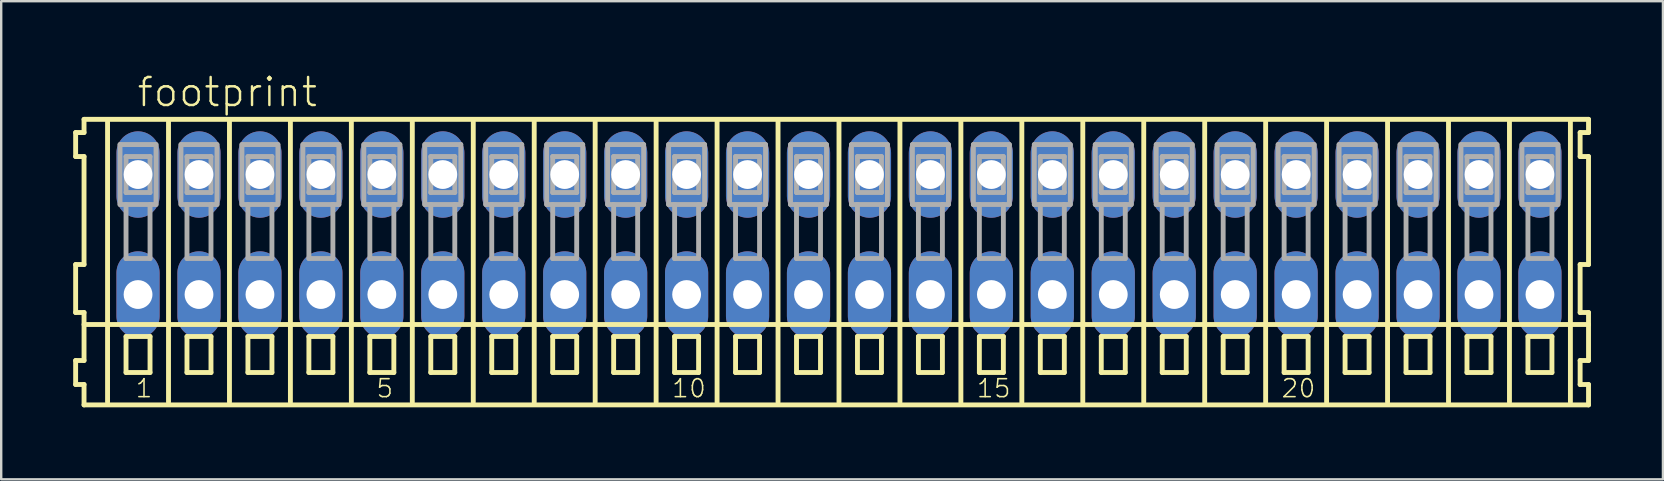
<source format=kicad_pcb>
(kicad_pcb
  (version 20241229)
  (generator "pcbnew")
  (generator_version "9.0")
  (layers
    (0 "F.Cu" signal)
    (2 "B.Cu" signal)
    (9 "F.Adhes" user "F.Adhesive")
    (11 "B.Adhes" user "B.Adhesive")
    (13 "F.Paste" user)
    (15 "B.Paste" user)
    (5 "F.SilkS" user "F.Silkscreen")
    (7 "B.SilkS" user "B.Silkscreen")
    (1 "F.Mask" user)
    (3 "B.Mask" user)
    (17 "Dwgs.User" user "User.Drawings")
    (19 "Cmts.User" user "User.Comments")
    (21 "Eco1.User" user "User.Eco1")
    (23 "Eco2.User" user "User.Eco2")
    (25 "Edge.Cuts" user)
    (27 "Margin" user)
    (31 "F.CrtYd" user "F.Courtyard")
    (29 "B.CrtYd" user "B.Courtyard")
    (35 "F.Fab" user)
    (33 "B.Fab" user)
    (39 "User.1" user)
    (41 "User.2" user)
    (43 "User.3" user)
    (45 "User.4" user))
  (footprint "footprint"
    (layer "F.Cu")
    (at 31.912 6.723)
    (property "Reference" "footprint" (at -29.31 -5.25 0) (layer "F.SilkS") (effects (font (size 1.168 1.168) (thickness 0.102)) (justify left bottom)))
    (fp_line (start -31.81 -4.25) (end -31.81 -3.25) (stroke (width 0.203) (type solid)) (layer "F.SilkS"))
    (fp_line (start -31.81 -3.25) (end -31.46 -3.25) (stroke (width 0.203) (type solid)) (layer "F.SilkS"))
    (fp_line (start -31.81 1.25) (end -31.81 3.25) (stroke (width 0.203) (type solid)) (layer "F.SilkS"))
    (fp_line (start -31.81 3.25) (end -31.46 3.25) (stroke (width 0.203) (type solid)) (layer "F.SilkS"))
    (fp_line (start -31.81 5.25) (end -31.81 6.25) (stroke (width 0.203) (type solid)) (layer "F.SilkS"))
    (fp_line (start -31.81 6.25) (end -31.46 6.25) (stroke (width 0.203) (type solid)) (layer "F.SilkS"))
    (fp_line (start -31.46 -4.8) (end -31.46 -4.25) (stroke (width 0.203) (type solid)) (layer "F.SilkS"))
    (fp_line (start -31.46 -4.25) (end -31.81 -4.25) (stroke (width 0.203) (type solid)) (layer "F.SilkS"))
    (fp_line (start -31.46 -3.25) (end -31.46 1.25) (stroke (width 0.203) (type solid)) (layer "F.SilkS"))
    (fp_line (start -31.46 1.25) (end -31.81 1.25) (stroke (width 0.203) (type solid)) (layer "F.SilkS"))
    (fp_line (start -31.46 3.25) (end -31.46 5.25) (stroke (width 0.203) (type solid)) (layer "F.SilkS"))
    (fp_line (start -31.46 3.75) (end 31.235 3.75) (stroke (width 0.203) (type solid)) (layer "F.SilkS"))
    (fp_line (start -31.46 5.25) (end -31.81 5.25) (stroke (width 0.203) (type solid)) (layer "F.SilkS"))
    (fp_line (start -31.46 6.25) (end -31.46 7.1) (stroke (width 0.203) (type solid)) (layer "F.SilkS"))
    (fp_line (start -31.46 7.1) (end 31.235 7.1) (stroke (width 0.203) (type solid)) (layer "F.SilkS"))
    (fp_line (start -30.48 6.985) (end -30.48 -4.699) (stroke (width 0.203) (type solid)) (layer "F.SilkS"))
    (fp_line (start -29.71 4.25) (end -29.71 5.75) (stroke (width 0.203) (type solid)) (layer "F.SilkS"))
    (fp_line (start -29.71 5.75) (end -28.71 5.75) (stroke (width 0.203) (type solid)) (layer "F.SilkS"))
    (fp_line (start -28.71 4.25) (end -29.71 4.25) (stroke (width 0.203) (type solid)) (layer "F.SilkS"))
    (fp_line (start -28.71 5.75) (end -28.71 4.25) (stroke (width 0.203) (type solid)) (layer "F.SilkS"))
    (fp_line (start -27.94 6.985) (end -27.94 -4.699) (stroke (width 0.203) (type solid)) (layer "F.SilkS"))
    (fp_line (start -27.17 4.25) (end -27.17 5.75) (stroke (width 0.203) (type solid)) (layer "F.SilkS"))
    (fp_line (start -27.17 5.75) (end -26.17 5.75) (stroke (width 0.203) (type solid)) (layer "F.SilkS"))
    (fp_line (start -26.17 4.25) (end -27.17 4.25) (stroke (width 0.203) (type solid)) (layer "F.SilkS"))
    (fp_line (start -26.17 5.75) (end -26.17 4.25) (stroke (width 0.203) (type solid)) (layer "F.SilkS"))
    (fp_line (start -25.4 6.985) (end -25.4 -4.699) (stroke (width 0.203) (type solid)) (layer "F.SilkS"))
    (fp_line (start -24.63 4.25) (end -24.63 5.75) (stroke (width 0.203) (type solid)) (layer "F.SilkS"))
    (fp_line (start -24.63 5.75) (end -23.63 5.75) (stroke (width 0.203) (type solid)) (layer "F.SilkS"))
    (fp_line (start -23.63 4.25) (end -24.63 4.25) (stroke (width 0.203) (type solid)) (layer "F.SilkS"))
    (fp_line (start -23.63 5.75) (end -23.63 4.25) (stroke (width 0.203) (type solid)) (layer "F.SilkS"))
    (fp_line (start -22.86 6.985) (end -22.86 -4.699) (stroke (width 0.203) (type solid)) (layer "F.SilkS"))
    (fp_line (start -22.09 4.25) (end -22.09 5.75) (stroke (width 0.203) (type solid)) (layer "F.SilkS"))
    (fp_line (start -22.09 5.75) (end -21.09 5.75) (stroke (width 0.203) (type solid)) (layer "F.SilkS"))
    (fp_line (start -21.09 4.25) (end -22.09 4.25) (stroke (width 0.203) (type solid)) (layer "F.SilkS"))
    (fp_line (start -21.09 5.75) (end -21.09 4.25) (stroke (width 0.203) (type solid)) (layer "F.SilkS"))
    (fp_line (start -20.32 6.985) (end -20.32 -4.699) (stroke (width 0.203) (type solid)) (layer "F.SilkS"))
    (fp_line (start -19.55 4.25) (end -19.55 5.75) (stroke (width 0.203) (type solid)) (layer "F.SilkS"))
    (fp_line (start -19.55 5.75) (end -18.55 5.75) (stroke (width 0.203) (type solid)) (layer "F.SilkS"))
    (fp_line (start -18.55 4.25) (end -19.55 4.25) (stroke (width 0.203) (type solid)) (layer "F.SilkS"))
    (fp_line (start -18.55 5.75) (end -18.55 4.25) (stroke (width 0.203) (type solid)) (layer "F.SilkS"))
    (fp_line (start -17.78 6.985) (end -17.78 -4.699) (stroke (width 0.203) (type solid)) (layer "F.SilkS"))
    (fp_line (start -17.01 4.25) (end -17.01 5.75) (stroke (width 0.203) (type solid)) (layer "F.SilkS"))
    (fp_line (start -17.01 5.75) (end -16.01 5.75) (stroke (width 0.203) (type solid)) (layer "F.SilkS"))
    (fp_line (start -16.01 4.25) (end -17.01 4.25) (stroke (width 0.203) (type solid)) (layer "F.SilkS"))
    (fp_line (start -16.01 5.75) (end -16.01 4.25) (stroke (width 0.203) (type solid)) (layer "F.SilkS"))
    (fp_line (start -15.24 6.985) (end -15.24 -4.699) (stroke (width 0.203) (type solid)) (layer "F.SilkS"))
    (fp_line (start -14.47 4.25) (end -14.47 5.75) (stroke (width 0.203) (type solid)) (layer "F.SilkS"))
    (fp_line (start -14.47 5.75) (end -13.47 5.75) (stroke (width 0.203) (type solid)) (layer "F.SilkS"))
    (fp_line (start -13.47 4.25) (end -14.47 4.25) (stroke (width 0.203) (type solid)) (layer "F.SilkS"))
    (fp_line (start -13.47 5.75) (end -13.47 4.25) (stroke (width 0.203) (type solid)) (layer "F.SilkS"))
    (fp_line (start -12.7 6.985) (end -12.7 -4.699) (stroke (width 0.203) (type solid)) (layer "F.SilkS"))
    (fp_line (start -11.93 4.25) (end -11.93 5.75) (stroke (width 0.203) (type solid)) (layer "F.SilkS"))
    (fp_line (start -11.93 5.75) (end -10.93 5.75) (stroke (width 0.203) (type solid)) (layer "F.SilkS"))
    (fp_line (start -10.93 4.25) (end -11.93 4.25) (stroke (width 0.203) (type solid)) (layer "F.SilkS"))
    (fp_line (start -10.93 5.75) (end -10.93 4.25) (stroke (width 0.203) (type solid)) (layer "F.SilkS"))
    (fp_line (start -10.16 6.985) (end -10.16 -4.699) (stroke (width 0.203) (type solid)) (layer "F.SilkS"))
    (fp_line (start -9.39 4.25) (end -9.39 5.75) (stroke (width 0.203) (type solid)) (layer "F.SilkS"))
    (fp_line (start -9.39 5.75) (end -8.39 5.75) (stroke (width 0.203) (type solid)) (layer "F.SilkS"))
    (fp_line (start -8.39 4.25) (end -9.39 4.25) (stroke (width 0.203) (type solid)) (layer "F.SilkS"))
    (fp_line (start -8.39 5.75) (end -8.39 4.25) (stroke (width 0.203) (type solid)) (layer "F.SilkS"))
    (fp_line (start -7.62 6.985) (end -7.62 -4.699) (stroke (width 0.203) (type solid)) (layer "F.SilkS"))
    (fp_line (start -6.85 4.25) (end -6.85 5.75) (stroke (width 0.203) (type solid)) (layer "F.SilkS"))
    (fp_line (start -6.85 5.75) (end -5.85 5.75) (stroke (width 0.203) (type solid)) (layer "F.SilkS"))
    (fp_line (start -5.85 4.25) (end -6.85 4.25) (stroke (width 0.203) (type solid)) (layer "F.SilkS"))
    (fp_line (start -5.85 5.75) (end -5.85 4.25) (stroke (width 0.203) (type solid)) (layer "F.SilkS"))
    (fp_line (start -5.08 6.985) (end -5.08 -4.699) (stroke (width 0.203) (type solid)) (layer "F.SilkS"))
    (fp_line (start -4.31 4.25) (end -4.31 5.75) (stroke (width 0.203) (type solid)) (layer "F.SilkS"))
    (fp_line (start -4.31 5.75) (end -3.31 5.75) (stroke (width 0.203) (type solid)) (layer "F.SilkS"))
    (fp_line (start -3.31 4.25) (end -4.31 4.25) (stroke (width 0.203) (type solid)) (layer "F.SilkS"))
    (fp_line (start -3.31 5.75) (end -3.31 4.25) (stroke (width 0.203) (type solid)) (layer "F.SilkS"))
    (fp_line (start -2.54 6.985) (end -2.54 -4.699) (stroke (width 0.203) (type solid)) (layer "F.SilkS"))
    (fp_line (start -1.77 4.25) (end -1.77 5.75) (stroke (width 0.203) (type solid)) (layer "F.SilkS"))
    (fp_line (start -1.77 5.75) (end -0.77 5.75) (stroke (width 0.203) (type solid)) (layer "F.SilkS"))
    (fp_line (start -0.77 4.25) (end -1.77 4.25) (stroke (width 0.203) (type solid)) (layer "F.SilkS"))
    (fp_line (start -0.77 5.75) (end -0.77 4.25) (stroke (width 0.203) (type solid)) (layer "F.SilkS"))
    (fp_line (start 0 6.985) (end 0 -4.699) (stroke (width 0.203) (type solid)) (layer "F.SilkS"))
    (fp_line (start 0.77 4.25) (end 0.77 5.75) (stroke (width 0.203) (type solid)) (layer "F.SilkS"))
    (fp_line (start 0.77 5.75) (end 1.77 5.75) (stroke (width 0.203) (type solid)) (layer "F.SilkS"))
    (fp_line (start 1.77 4.25) (end 0.77 4.25) (stroke (width 0.203) (type solid)) (layer "F.SilkS"))
    (fp_line (start 1.77 5.75) (end 1.77 4.25) (stroke (width 0.203) (type solid)) (layer "F.SilkS"))
    (fp_line (start 2.54 6.985) (end 2.54 -4.699) (stroke (width 0.203) (type solid)) (layer "F.SilkS"))
    (fp_line (start 3.31 4.25) (end 3.31 5.75) (stroke (width 0.203) (type solid)) (layer "F.SilkS"))
    (fp_line (start 3.31 5.75) (end 4.31 5.75) (stroke (width 0.203) (type solid)) (layer "F.SilkS"))
    (fp_line (start 4.31 4.25) (end 3.31 4.25) (stroke (width 0.203) (type solid)) (layer "F.SilkS"))
    (fp_line (start 4.31 5.75) (end 4.31 4.25) (stroke (width 0.203) (type solid)) (layer "F.SilkS"))
    (fp_line (start 5.08 6.985) (end 5.08 -4.699) (stroke (width 0.203) (type solid)) (layer "F.SilkS"))
    (fp_line (start 5.85 4.25) (end 5.85 5.75) (stroke (width 0.203) (type solid)) (layer "F.SilkS"))
    (fp_line (start 5.85 5.75) (end 6.85 5.75) (stroke (width 0.203) (type solid)) (layer "F.SilkS"))
    (fp_line (start 6.85 4.25) (end 5.85 4.25) (stroke (width 0.203) (type solid)) (layer "F.SilkS"))
    (fp_line (start 6.85 5.75) (end 6.85 4.25) (stroke (width 0.203) (type solid)) (layer "F.SilkS"))
    (fp_line (start 7.62 6.985) (end 7.62 -4.699) (stroke (width 0.203) (type solid)) (layer "F.SilkS"))
    (fp_line (start 8.39 4.25) (end 8.39 5.75) (stroke (width 0.203) (type solid)) (layer "F.SilkS"))
    (fp_line (start 8.39 5.75) (end 9.39 5.75) (stroke (width 0.203) (type solid)) (layer "F.SilkS"))
    (fp_line (start 9.39 4.25) (end 8.39 4.25) (stroke (width 0.203) (type solid)) (layer "F.SilkS"))
    (fp_line (start 9.39 5.75) (end 9.39 4.25) (stroke (width 0.203) (type solid)) (layer "F.SilkS"))
    (fp_line (start 10.16 6.985) (end 10.16 -4.699) (stroke (width 0.203) (type solid)) (layer "F.SilkS"))
    (fp_line (start 10.93 4.25) (end 10.93 5.75) (stroke (width 0.203) (type solid)) (layer "F.SilkS"))
    (fp_line (start 10.93 5.75) (end 11.93 5.75) (stroke (width 0.203) (type solid)) (layer "F.SilkS"))
    (fp_line (start 11.93 4.25) (end 10.93 4.25) (stroke (width 0.203) (type solid)) (layer "F.SilkS"))
    (fp_line (start 11.93 5.75) (end 11.93 4.25) (stroke (width 0.203) (type solid)) (layer "F.SilkS"))
    (fp_line (start 12.7 6.985) (end 12.7 -4.699) (stroke (width 0.203) (type solid)) (layer "F.SilkS"))
    (fp_line (start 13.47 4.25) (end 13.47 5.75) (stroke (width 0.203) (type solid)) (layer "F.SilkS"))
    (fp_line (start 13.47 5.75) (end 14.47 5.75) (stroke (width 0.203) (type solid)) (layer "F.SilkS"))
    (fp_line (start 14.47 4.25) (end 13.47 4.25) (stroke (width 0.203) (type solid)) (layer "F.SilkS"))
    (fp_line (start 14.47 5.75) (end 14.47 4.25) (stroke (width 0.203) (type solid)) (layer "F.SilkS"))
    (fp_line (start 15.24 6.985) (end 15.24 -4.699) (stroke (width 0.203) (type solid)) (layer "F.SilkS"))
    (fp_line (start 16.01 4.25) (end 16.01 5.75) (stroke (width 0.203) (type solid)) (layer "F.SilkS"))
    (fp_line (start 16.01 5.75) (end 17.01 5.75) (stroke (width 0.203) (type solid)) (layer "F.SilkS"))
    (fp_line (start 17.01 4.25) (end 16.01 4.25) (stroke (width 0.203) (type solid)) (layer "F.SilkS"))
    (fp_line (start 17.01 5.75) (end 17.01 4.25) (stroke (width 0.203) (type solid)) (layer "F.SilkS"))
    (fp_line (start 17.78 6.985) (end 17.78 -4.699) (stroke (width 0.203) (type solid)) (layer "F.SilkS"))
    (fp_line (start 18.55 4.25) (end 18.55 5.75) (stroke (width 0.203) (type solid)) (layer "F.SilkS"))
    (fp_line (start 18.55 5.75) (end 19.55 5.75) (stroke (width 0.203) (type solid)) (layer "F.SilkS"))
    (fp_line (start 19.55 4.25) (end 18.55 4.25) (stroke (width 0.203) (type solid)) (layer "F.SilkS"))
    (fp_line (start 19.55 5.75) (end 19.55 4.25) (stroke (width 0.203) (type solid)) (layer "F.SilkS"))
    (fp_line (start 20.32 6.985) (end 20.32 -4.699) (stroke (width 0.203) (type solid)) (layer "F.SilkS"))
    (fp_line (start 21.09 4.25) (end 21.09 5.75) (stroke (width 0.203) (type solid)) (layer "F.SilkS"))
    (fp_line (start 21.09 5.75) (end 22.09 5.75) (stroke (width 0.203) (type solid)) (layer "F.SilkS"))
    (fp_line (start 22.09 4.25) (end 21.09 4.25) (stroke (width 0.203) (type solid)) (layer "F.SilkS"))
    (fp_line (start 22.09 5.75) (end 22.09 4.25) (stroke (width 0.203) (type solid)) (layer "F.SilkS"))
    (fp_line (start 22.86 6.985) (end 22.86 -4.699) (stroke (width 0.203) (type solid)) (layer "F.SilkS"))
    (fp_line (start 23.63 4.25) (end 23.63 5.75) (stroke (width 0.203) (type solid)) (layer "F.SilkS"))
    (fp_line (start 23.63 5.75) (end 24.63 5.75) (stroke (width 0.203) (type solid)) (layer "F.SilkS"))
    (fp_line (start 24.63 4.25) (end 23.63 4.25) (stroke (width 0.203) (type solid)) (layer "F.SilkS"))
    (fp_line (start 24.63 5.75) (end 24.63 4.25) (stroke (width 0.203) (type solid)) (layer "F.SilkS"))
    (fp_line (start 25.4 6.985) (end 25.4 -4.699) (stroke (width 0.203) (type solid)) (layer "F.SilkS"))
    (fp_line (start 26.17 4.25) (end 26.17 5.75) (stroke (width 0.203) (type solid)) (layer "F.SilkS"))
    (fp_line (start 26.17 5.75) (end 27.17 5.75) (stroke (width 0.203) (type solid)) (layer "F.SilkS"))
    (fp_line (start 27.17 4.25) (end 26.17 4.25) (stroke (width 0.203) (type solid)) (layer "F.SilkS"))
    (fp_line (start 27.17 5.75) (end 27.17 4.25) (stroke (width 0.203) (type solid)) (layer "F.SilkS"))
    (fp_line (start 27.94 6.985) (end 27.94 -4.699) (stroke (width 0.203) (type solid)) (layer "F.SilkS"))
    (fp_line (start 28.71 4.25) (end 28.71 5.75) (stroke (width 0.203) (type solid)) (layer "F.SilkS"))
    (fp_line (start 28.71 5.75) (end 29.71 5.75) (stroke (width 0.203) (type solid)) (layer "F.SilkS"))
    (fp_line (start 29.71 4.25) (end 28.71 4.25) (stroke (width 0.203) (type solid)) (layer "F.SilkS"))
    (fp_line (start 29.71 5.75) (end 29.71 4.25) (stroke (width 0.203) (type solid)) (layer "F.SilkS"))
    (fp_line (start 30.48 6.985) (end 30.48 -4.699) (stroke (width 0.203) (type solid)) (layer "F.SilkS"))
    (fp_line (start 30.885 -4.25) (end 30.885 -3.25) (stroke (width 0.203) (type solid)) (layer "F.SilkS"))
    (fp_line (start 30.885 -3.25) (end 31.235 -3.25) (stroke (width 0.203) (type solid)) (layer "F.SilkS"))
    (fp_line (start 30.885 1.25) (end 30.885 3.25) (stroke (width 0.203) (type solid)) (layer "F.SilkS"))
    (fp_line (start 30.885 3.25) (end 31.235 3.25) (stroke (width 0.203) (type solid)) (layer "F.SilkS"))
    (fp_line (start 30.885 5.25) (end 30.885 6.25) (stroke (width 0.203) (type solid)) (layer "F.SilkS"))
    (fp_line (start 30.885 6.25) (end 31.235 6.25) (stroke (width 0.203) (type solid)) (layer "F.SilkS"))
    (fp_line (start 31.235 -4.8) (end -31.46 -4.8) (stroke (width 0.203) (type solid)) (layer "F.SilkS"))
    (fp_line (start 31.235 -4.25) (end 30.885 -4.25) (stroke (width 0.203) (type solid)) (layer "F.SilkS"))
    (fp_line (start 31.235 -4.25) (end 31.235 -4.8) (stroke (width 0.203) (type solid)) (layer "F.SilkS"))
    (fp_line (start 31.235 1.25) (end 30.885 1.25) (stroke (width 0.203) (type solid)) (layer "F.SilkS"))
    (fp_line (start 31.235 1.25) (end 31.235 -3.25) (stroke (width 0.203) (type solid)) (layer "F.SilkS"))
    (fp_line (start 31.235 3.75) (end 31.235 3.25) (stroke (width 0.203) (type solid)) (layer "F.SilkS"))
    (fp_line (start 31.235 5.25) (end 30.885 5.25) (stroke (width 0.203) (type solid)) (layer "F.SilkS"))
    (fp_line (start 31.235 5.25) (end 31.235 3.75) (stroke (width 0.203) (type solid)) (layer "F.SilkS"))
    (fp_line (start 31.235 7.1) (end 31.235 6.25) (stroke (width 0.203) (type solid)) (layer "F.SilkS"))
    (fp_line (start -29.96 -3.75) (end -29.96 -1.25) (stroke (width 0.203) (type solid)) (layer "F.Fab"))
    (fp_line (start -29.96 -1.25) (end -29.71 -1.25) (stroke (width 0.203) (type solid)) (layer "F.Fab"))
    (fp_line (start -29.71 -3.25) (end -29.71 -1.75) (stroke (width 0.203) (type solid)) (layer "F.Fab"))
    (fp_line (start -29.71 -1.75) (end -28.71 -1.75) (stroke (width 0.203) (type solid)) (layer "F.Fab"))
    (fp_line (start -29.71 -1.25) (end -29.71 1) (stroke (width 0.203) (type solid)) (layer "F.Fab"))
    (fp_line (start -29.71 -1.25) (end -28.71 -1.25) (stroke (width 0.203) (type solid)) (layer "F.Fab"))
    (fp_line (start -29.71 1) (end -28.71 1) (stroke (width 0.203) (type solid)) (layer "F.Fab"))
    (fp_line (start -28.71 -3.25) (end -29.71 -3.25) (stroke (width 0.203) (type solid)) (layer "F.Fab"))
    (fp_line (start -28.71 -1.75) (end -28.71 -3.25) (stroke (width 0.203) (type solid)) (layer "F.Fab"))
    (fp_line (start -28.71 -1.25) (end -28.46 -1.25) (stroke (width 0.203) (type solid)) (layer "F.Fab"))
    (fp_line (start -28.71 1) (end -28.71 -1.25) (stroke (width 0.203) (type solid)) (layer "F.Fab"))
    (fp_line (start -28.46 -3.75) (end -29.96 -3.75) (stroke (width 0.203) (type solid)) (layer "F.Fab"))
    (fp_line (start -28.46 -1.25) (end -28.46 -3.75) (stroke (width 0.203) (type solid)) (layer "F.Fab"))
    (fp_line (start -27.42 -3.75) (end -27.42 -1.25) (stroke (width 0.203) (type solid)) (layer "F.Fab"))
    (fp_line (start -27.42 -1.25) (end -27.17 -1.25) (stroke (width 0.203) (type solid)) (layer "F.Fab"))
    (fp_line (start -27.17 -3.25) (end -27.17 -1.75) (stroke (width 0.203) (type solid)) (layer "F.Fab"))
    (fp_line (start -27.17 -1.75) (end -26.17 -1.75) (stroke (width 0.203) (type solid)) (layer "F.Fab"))
    (fp_line (start -27.17 -1.25) (end -27.17 1) (stroke (width 0.203) (type solid)) (layer "F.Fab"))
    (fp_line (start -27.17 -1.25) (end -26.17 -1.25) (stroke (width 0.203) (type solid)) (layer "F.Fab"))
    (fp_line (start -27.17 1) (end -26.17 1) (stroke (width 0.203) (type solid)) (layer "F.Fab"))
    (fp_line (start -26.17 -3.25) (end -27.17 -3.25) (stroke (width 0.203) (type solid)) (layer "F.Fab"))
    (fp_line (start -26.17 -1.75) (end -26.17 -3.25) (stroke (width 0.203) (type solid)) (layer "F.Fab"))
    (fp_line (start -26.17 -1.25) (end -25.92 -1.25) (stroke (width 0.203) (type solid)) (layer "F.Fab"))
    (fp_line (start -26.17 1) (end -26.17 -1.25) (stroke (width 0.203) (type solid)) (layer "F.Fab"))
    (fp_line (start -25.92 -3.75) (end -27.42 -3.75) (stroke (width 0.203) (type solid)) (layer "F.Fab"))
    (fp_line (start -25.92 -1.25) (end -25.92 -3.75) (stroke (width 0.203) (type solid)) (layer "F.Fab"))
    (fp_line (start -24.88 -3.75) (end -24.88 -1.25) (stroke (width 0.203) (type solid)) (layer "F.Fab"))
    (fp_line (start -24.88 -1.25) (end -24.63 -1.25) (stroke (width 0.203) (type solid)) (layer "F.Fab"))
    (fp_line (start -24.63 -3.25) (end -24.63 -1.75) (stroke (width 0.203) (type solid)) (layer "F.Fab"))
    (fp_line (start -24.63 -1.75) (end -23.63 -1.75) (stroke (width 0.203) (type solid)) (layer "F.Fab"))
    (fp_line (start -24.63 -1.25) (end -24.63 1) (stroke (width 0.203) (type solid)) (layer "F.Fab"))
    (fp_line (start -24.63 -1.25) (end -23.63 -1.25) (stroke (width 0.203) (type solid)) (layer "F.Fab"))
    (fp_line (start -24.63 1) (end -23.63 1) (stroke (width 0.203) (type solid)) (layer "F.Fab"))
    (fp_line (start -23.63 -3.25) (end -24.63 -3.25) (stroke (width 0.203) (type solid)) (layer "F.Fab"))
    (fp_line (start -23.63 -1.75) (end -23.63 -3.25) (stroke (width 0.203) (type solid)) (layer "F.Fab"))
    (fp_line (start -23.63 -1.25) (end -23.38 -1.25) (stroke (width 0.203) (type solid)) (layer "F.Fab"))
    (fp_line (start -23.63 1) (end -23.63 -1.25) (stroke (width 0.203) (type solid)) (layer "F.Fab"))
    (fp_line (start -23.38 -3.75) (end -24.88 -3.75) (stroke (width 0.203) (type solid)) (layer "F.Fab"))
    (fp_line (start -23.38 -1.25) (end -23.38 -3.75) (stroke (width 0.203) (type solid)) (layer "F.Fab"))
    (fp_line (start -22.34 -3.75) (end -22.34 -1.25) (stroke (width 0.203) (type solid)) (layer "F.Fab"))
    (fp_line (start -22.34 -1.25) (end -22.09 -1.25) (stroke (width 0.203) (type solid)) (layer "F.Fab"))
    (fp_line (start -22.09 -3.25) (end -22.09 -1.75) (stroke (width 0.203) (type solid)) (layer "F.Fab"))
    (fp_line (start -22.09 -1.75) (end -21.09 -1.75) (stroke (width 0.203) (type solid)) (layer "F.Fab"))
    (fp_line (start -22.09 -1.25) (end -22.09 1) (stroke (width 0.203) (type solid)) (layer "F.Fab"))
    (fp_line (start -22.09 -1.25) (end -21.09 -1.25) (stroke (width 0.203) (type solid)) (layer "F.Fab"))
    (fp_line (start -22.09 1) (end -21.09 1) (stroke (width 0.203) (type solid)) (layer "F.Fab"))
    (fp_line (start -21.09 -3.25) (end -22.09 -3.25) (stroke (width 0.203) (type solid)) (layer "F.Fab"))
    (fp_line (start -21.09 -1.75) (end -21.09 -3.25) (stroke (width 0.203) (type solid)) (layer "F.Fab"))
    (fp_line (start -21.09 -1.25) (end -20.84 -1.25) (stroke (width 0.203) (type solid)) (layer "F.Fab"))
    (fp_line (start -21.09 1) (end -21.09 -1.25) (stroke (width 0.203) (type solid)) (layer "F.Fab"))
    (fp_line (start -20.84 -3.75) (end -22.34 -3.75) (stroke (width 0.203) (type solid)) (layer "F.Fab"))
    (fp_line (start -20.84 -1.25) (end -20.84 -3.75) (stroke (width 0.203) (type solid)) (layer "F.Fab"))
    (fp_line (start -19.8 -3.75) (end -19.8 -1.25) (stroke (width 0.203) (type solid)) (layer "F.Fab"))
    (fp_line (start -19.8 -1.25) (end -19.55 -1.25) (stroke (width 0.203) (type solid)) (layer "F.Fab"))
    (fp_line (start -19.55 -3.25) (end -19.55 -1.75) (stroke (width 0.203) (type solid)) (layer "F.Fab"))
    (fp_line (start -19.55 -1.75) (end -18.55 -1.75) (stroke (width 0.203) (type solid)) (layer "F.Fab"))
    (fp_line (start -19.55 -1.25) (end -19.55 1) (stroke (width 0.203) (type solid)) (layer "F.Fab"))
    (fp_line (start -19.55 -1.25) (end -18.55 -1.25) (stroke (width 0.203) (type solid)) (layer "F.Fab"))
    (fp_line (start -19.55 1) (end -18.55 1) (stroke (width 0.203) (type solid)) (layer "F.Fab"))
    (fp_line (start -18.55 -3.25) (end -19.55 -3.25) (stroke (width 0.203) (type solid)) (layer "F.Fab"))
    (fp_line (start -18.55 -1.75) (end -18.55 -3.25) (stroke (width 0.203) (type solid)) (layer "F.Fab"))
    (fp_line (start -18.55 -1.25) (end -18.3 -1.25) (stroke (width 0.203) (type solid)) (layer "F.Fab"))
    (fp_line (start -18.55 1) (end -18.55 -1.25) (stroke (width 0.203) (type solid)) (layer "F.Fab"))
    (fp_line (start -18.3 -3.75) (end -19.8 -3.75) (stroke (width 0.203) (type solid)) (layer "F.Fab"))
    (fp_line (start -18.3 -1.25) (end -18.3 -3.75) (stroke (width 0.203) (type solid)) (layer "F.Fab"))
    (fp_line (start -17.26 -3.75) (end -17.26 -1.25) (stroke (width 0.203) (type solid)) (layer "F.Fab"))
    (fp_line (start -17.26 -1.25) (end -17.01 -1.25) (stroke (width 0.203) (type solid)) (layer "F.Fab"))
    (fp_line (start -17.01 -3.25) (end -17.01 -1.75) (stroke (width 0.203) (type solid)) (layer "F.Fab"))
    (fp_line (start -17.01 -1.75) (end -16.01 -1.75) (stroke (width 0.203) (type solid)) (layer "F.Fab"))
    (fp_line (start -17.01 -1.25) (end -17.01 1) (stroke (width 0.203) (type solid)) (layer "F.Fab"))
    (fp_line (start -17.01 -1.25) (end -16.01 -1.25) (stroke (width 0.203) (type solid)) (layer "F.Fab"))
    (fp_line (start -17.01 1) (end -16.01 1) (stroke (width 0.203) (type solid)) (layer "F.Fab"))
    (fp_line (start -16.01 -3.25) (end -17.01 -3.25) (stroke (width 0.203) (type solid)) (layer "F.Fab"))
    (fp_line (start -16.01 -1.75) (end -16.01 -3.25) (stroke (width 0.203) (type solid)) (layer "F.Fab"))
    (fp_line (start -16.01 -1.25) (end -15.76 -1.25) (stroke (width 0.203) (type solid)) (layer "F.Fab"))
    (fp_line (start -16.01 1) (end -16.01 -1.25) (stroke (width 0.203) (type solid)) (layer "F.Fab"))
    (fp_line (start -15.76 -3.75) (end -17.26 -3.75) (stroke (width 0.203) (type solid)) (layer "F.Fab"))
    (fp_line (start -15.76 -1.25) (end -15.76 -3.75) (stroke (width 0.203) (type solid)) (layer "F.Fab"))
    (fp_line (start -14.72 -3.75) (end -14.72 -1.25) (stroke (width 0.203) (type solid)) (layer "F.Fab"))
    (fp_line (start -14.72 -1.25) (end -14.47 -1.25) (stroke (width 0.203) (type solid)) (layer "F.Fab"))
    (fp_line (start -14.47 -3.25) (end -14.47 -1.75) (stroke (width 0.203) (type solid)) (layer "F.Fab"))
    (fp_line (start -14.47 -1.75) (end -13.47 -1.75) (stroke (width 0.203) (type solid)) (layer "F.Fab"))
    (fp_line (start -14.47 -1.25) (end -14.47 1) (stroke (width 0.203) (type solid)) (layer "F.Fab"))
    (fp_line (start -14.47 -1.25) (end -13.47 -1.25) (stroke (width 0.203) (type solid)) (layer "F.Fab"))
    (fp_line (start -14.47 1) (end -13.47 1) (stroke (width 0.203) (type solid)) (layer "F.Fab"))
    (fp_line (start -13.47 -3.25) (end -14.47 -3.25) (stroke (width 0.203) (type solid)) (layer "F.Fab"))
    (fp_line (start -13.47 -1.75) (end -13.47 -3.25) (stroke (width 0.203) (type solid)) (layer "F.Fab"))
    (fp_line (start -13.47 -1.25) (end -13.22 -1.25) (stroke (width 0.203) (type solid)) (layer "F.Fab"))
    (fp_line (start -13.47 1) (end -13.47 -1.25) (stroke (width 0.203) (type solid)) (layer "F.Fab"))
    (fp_line (start -13.22 -3.75) (end -14.72 -3.75) (stroke (width 0.203) (type solid)) (layer "F.Fab"))
    (fp_line (start -13.22 -1.25) (end -13.22 -3.75) (stroke (width 0.203) (type solid)) (layer "F.Fab"))
    (fp_line (start -12.18 -3.75) (end -12.18 -1.25) (stroke (width 0.203) (type solid)) (layer "F.Fab"))
    (fp_line (start -12.18 -1.25) (end -11.93 -1.25) (stroke (width 0.203) (type solid)) (layer "F.Fab"))
    (fp_line (start -11.93 -3.25) (end -11.93 -1.75) (stroke (width 0.203) (type solid)) (layer "F.Fab"))
    (fp_line (start -11.93 -1.75) (end -10.93 -1.75) (stroke (width 0.203) (type solid)) (layer "F.Fab"))
    (fp_line (start -11.93 -1.25) (end -11.93 1) (stroke (width 0.203) (type solid)) (layer "F.Fab"))
    (fp_line (start -11.93 -1.25) (end -10.93 -1.25) (stroke (width 0.203) (type solid)) (layer "F.Fab"))
    (fp_line (start -11.93 1) (end -10.93 1) (stroke (width 0.203) (type solid)) (layer "F.Fab"))
    (fp_line (start -10.93 -3.25) (end -11.93 -3.25) (stroke (width 0.203) (type solid)) (layer "F.Fab"))
    (fp_line (start -10.93 -1.75) (end -10.93 -3.25) (stroke (width 0.203) (type solid)) (layer "F.Fab"))
    (fp_line (start -10.93 -1.25) (end -10.68 -1.25) (stroke (width 0.203) (type solid)) (layer "F.Fab"))
    (fp_line (start -10.93 1) (end -10.93 -1.25) (stroke (width 0.203) (type solid)) (layer "F.Fab"))
    (fp_line (start -10.68 -3.75) (end -12.18 -3.75) (stroke (width 0.203) (type solid)) (layer "F.Fab"))
    (fp_line (start -10.68 -1.25) (end -10.68 -3.75) (stroke (width 0.203) (type solid)) (layer "F.Fab"))
    (fp_line (start -9.64 -3.75) (end -9.64 -1.25) (stroke (width 0.203) (type solid)) (layer "F.Fab"))
    (fp_line (start -9.64 -1.25) (end -9.39 -1.25) (stroke (width 0.203) (type solid)) (layer "F.Fab"))
    (fp_line (start -9.39 -3.25) (end -9.39 -1.75) (stroke (width 0.203) (type solid)) (layer "F.Fab"))
    (fp_line (start -9.39 -1.75) (end -8.39 -1.75) (stroke (width 0.203) (type solid)) (layer "F.Fab"))
    (fp_line (start -9.39 -1.25) (end -9.39 1) (stroke (width 0.203) (type solid)) (layer "F.Fab"))
    (fp_line (start -9.39 -1.25) (end -8.39 -1.25) (stroke (width 0.203) (type solid)) (layer "F.Fab"))
    (fp_line (start -9.39 1) (end -8.39 1) (stroke (width 0.203) (type solid)) (layer "F.Fab"))
    (fp_line (start -8.39 -3.25) (end -9.39 -3.25) (stroke (width 0.203) (type solid)) (layer "F.Fab"))
    (fp_line (start -8.39 -1.75) (end -8.39 -3.25) (stroke (width 0.203) (type solid)) (layer "F.Fab"))
    (fp_line (start -8.39 -1.25) (end -8.14 -1.25) (stroke (width 0.203) (type solid)) (layer "F.Fab"))
    (fp_line (start -8.39 1) (end -8.39 -1.25) (stroke (width 0.203) (type solid)) (layer "F.Fab"))
    (fp_line (start -8.14 -3.75) (end -9.64 -3.75) (stroke (width 0.203) (type solid)) (layer "F.Fab"))
    (fp_line (start -8.14 -1.25) (end -8.14 -3.75) (stroke (width 0.203) (type solid)) (layer "F.Fab"))
    (fp_line (start -7.1 -3.75) (end -7.1 -1.25) (stroke (width 0.203) (type solid)) (layer "F.Fab"))
    (fp_line (start -7.1 -1.25) (end -6.85 -1.25) (stroke (width 0.203) (type solid)) (layer "F.Fab"))
    (fp_line (start -6.85 -3.25) (end -6.85 -1.75) (stroke (width 0.203) (type solid)) (layer "F.Fab"))
    (fp_line (start -6.85 -1.75) (end -5.85 -1.75) (stroke (width 0.203) (type solid)) (layer "F.Fab"))
    (fp_line (start -6.85 -1.25) (end -6.85 1) (stroke (width 0.203) (type solid)) (layer "F.Fab"))
    (fp_line (start -6.85 -1.25) (end -5.85 -1.25) (stroke (width 0.203) (type solid)) (layer "F.Fab"))
    (fp_line (start -6.85 1) (end -5.85 1) (stroke (width 0.203) (type solid)) (layer "F.Fab"))
    (fp_line (start -5.85 -3.25) (end -6.85 -3.25) (stroke (width 0.203) (type solid)) (layer "F.Fab"))
    (fp_line (start -5.85 -1.75) (end -5.85 -3.25) (stroke (width 0.203) (type solid)) (layer "F.Fab"))
    (fp_line (start -5.85 -1.25) (end -5.6 -1.25) (stroke (width 0.203) (type solid)) (layer "F.Fab"))
    (fp_line (start -5.85 1) (end -5.85 -1.25) (stroke (width 0.203) (type solid)) (layer "F.Fab"))
    (fp_line (start -5.6 -3.75) (end -7.1 -3.75) (stroke (width 0.203) (type solid)) (layer "F.Fab"))
    (fp_line (start -5.6 -1.25) (end -5.6 -3.75) (stroke (width 0.203) (type solid)) (layer "F.Fab"))
    (fp_line (start -4.56 -3.75) (end -4.56 -1.25) (stroke (width 0.203) (type solid)) (layer "F.Fab"))
    (fp_line (start -4.56 -1.25) (end -4.31 -1.25) (stroke (width 0.203) (type solid)) (layer "F.Fab"))
    (fp_line (start -4.31 -3.25) (end -4.31 -1.75) (stroke (width 0.203) (type solid)) (layer "F.Fab"))
    (fp_line (start -4.31 -1.75) (end -3.31 -1.75) (stroke (width 0.203) (type solid)) (layer "F.Fab"))
    (fp_line (start -4.31 -1.25) (end -4.31 1) (stroke (width 0.203) (type solid)) (layer "F.Fab"))
    (fp_line (start -4.31 -1.25) (end -3.31 -1.25) (stroke (width 0.203) (type solid)) (layer "F.Fab"))
    (fp_line (start -4.31 1) (end -3.31 1) (stroke (width 0.203) (type solid)) (layer "F.Fab"))
    (fp_line (start -3.31 -3.25) (end -4.31 -3.25) (stroke (width 0.203) (type solid)) (layer "F.Fab"))
    (fp_line (start -3.31 -1.75) (end -3.31 -3.25) (stroke (width 0.203) (type solid)) (layer "F.Fab"))
    (fp_line (start -3.31 -1.25) (end -3.06 -1.25) (stroke (width 0.203) (type solid)) (layer "F.Fab"))
    (fp_line (start -3.31 1) (end -3.31 -1.25) (stroke (width 0.203) (type solid)) (layer "F.Fab"))
    (fp_line (start -3.06 -3.75) (end -4.56 -3.75) (stroke (width 0.203) (type solid)) (layer "F.Fab"))
    (fp_line (start -3.06 -1.25) (end -3.06 -3.75) (stroke (width 0.203) (type solid)) (layer "F.Fab"))
    (fp_line (start -2.02 -3.75) (end -2.02 -1.25) (stroke (width 0.203) (type solid)) (layer "F.Fab"))
    (fp_line (start -2.02 -1.25) (end -1.77 -1.25) (stroke (width 0.203) (type solid)) (layer "F.Fab"))
    (fp_line (start -1.77 -3.25) (end -1.77 -1.75) (stroke (width 0.203) (type solid)) (layer "F.Fab"))
    (fp_line (start -1.77 -1.75) (end -0.77 -1.75) (stroke (width 0.203) (type solid)) (layer "F.Fab"))
    (fp_line (start -1.77 -1.25) (end -1.77 1) (stroke (width 0.203) (type solid)) (layer "F.Fab"))
    (fp_line (start -1.77 -1.25) (end -0.77 -1.25) (stroke (width 0.203) (type solid)) (layer "F.Fab"))
    (fp_line (start -1.77 1) (end -0.77 1) (stroke (width 0.203) (type solid)) (layer "F.Fab"))
    (fp_line (start -0.77 -3.25) (end -1.77 -3.25) (stroke (width 0.203) (type solid)) (layer "F.Fab"))
    (fp_line (start -0.77 -1.75) (end -0.77 -3.25) (stroke (width 0.203) (type solid)) (layer "F.Fab"))
    (fp_line (start -0.77 -1.25) (end -0.52 -1.25) (stroke (width 0.203) (type solid)) (layer "F.Fab"))
    (fp_line (start -0.77 1) (end -0.77 -1.25) (stroke (width 0.203) (type solid)) (layer "F.Fab"))
    (fp_line (start -0.52 -3.75) (end -2.02 -3.75) (stroke (width 0.203) (type solid)) (layer "F.Fab"))
    (fp_line (start -0.52 -1.25) (end -0.52 -3.75) (stroke (width 0.203) (type solid)) (layer "F.Fab"))
    (fp_line (start 0.52 -3.75) (end 0.52 -1.25) (stroke (width 0.203) (type solid)) (layer "F.Fab"))
    (fp_line (start 0.52 -1.25) (end 0.77 -1.25) (stroke (width 0.203) (type solid)) (layer "F.Fab"))
    (fp_line (start 0.77 -3.25) (end 0.77 -1.75) (stroke (width 0.203) (type solid)) (layer "F.Fab"))
    (fp_line (start 0.77 -1.75) (end 1.77 -1.75) (stroke (width 0.203) (type solid)) (layer "F.Fab"))
    (fp_line (start 0.77 -1.25) (end 0.77 1) (stroke (width 0.203) (type solid)) (layer "F.Fab"))
    (fp_line (start 0.77 -1.25) (end 1.77 -1.25) (stroke (width 0.203) (type solid)) (layer "F.Fab"))
    (fp_line (start 0.77 1) (end 1.77 1) (stroke (width 0.203) (type solid)) (layer "F.Fab"))
    (fp_line (start 1.77 -3.25) (end 0.77 -3.25) (stroke (width 0.203) (type solid)) (layer "F.Fab"))
    (fp_line (start 1.77 -1.75) (end 1.77 -3.25) (stroke (width 0.203) (type solid)) (layer "F.Fab"))
    (fp_line (start 1.77 -1.25) (end 2.02 -1.25) (stroke (width 0.203) (type solid)) (layer "F.Fab"))
    (fp_line (start 1.77 1) (end 1.77 -1.25) (stroke (width 0.203) (type solid)) (layer "F.Fab"))
    (fp_line (start 2.02 -3.75) (end 0.52 -3.75) (stroke (width 0.203) (type solid)) (layer "F.Fab"))
    (fp_line (start 2.02 -1.25) (end 2.02 -3.75) (stroke (width 0.203) (type solid)) (layer "F.Fab"))
    (fp_line (start 3.06 -3.75) (end 3.06 -1.25) (stroke (width 0.203) (type solid)) (layer "F.Fab"))
    (fp_line (start 3.06 -1.25) (end 3.31 -1.25) (stroke (width 0.203) (type solid)) (layer "F.Fab"))
    (fp_line (start 3.31 -3.25) (end 3.31 -1.75) (stroke (width 0.203) (type solid)) (layer "F.Fab"))
    (fp_line (start 3.31 -1.75) (end 4.31 -1.75) (stroke (width 0.203) (type solid)) (layer "F.Fab"))
    (fp_line (start 3.31 -1.25) (end 3.31 1) (stroke (width 0.203) (type solid)) (layer "F.Fab"))
    (fp_line (start 3.31 -1.25) (end 4.31 -1.25) (stroke (width 0.203) (type solid)) (layer "F.Fab"))
    (fp_line (start 3.31 1) (end 4.31 1) (stroke (width 0.203) (type solid)) (layer "F.Fab"))
    (fp_line (start 4.31 -3.25) (end 3.31 -3.25) (stroke (width 0.203) (type solid)) (layer "F.Fab"))
    (fp_line (start 4.31 -1.75) (end 4.31 -3.25) (stroke (width 0.203) (type solid)) (layer "F.Fab"))
    (fp_line (start 4.31 -1.25) (end 4.56 -1.25) (stroke (width 0.203) (type solid)) (layer "F.Fab"))
    (fp_line (start 4.31 1) (end 4.31 -1.25) (stroke (width 0.203) (type solid)) (layer "F.Fab"))
    (fp_line (start 4.56 -3.75) (end 3.06 -3.75) (stroke (width 0.203) (type solid)) (layer "F.Fab"))
    (fp_line (start 4.56 -1.25) (end 4.56 -3.75) (stroke (width 0.203) (type solid)) (layer "F.Fab"))
    (fp_line (start 5.6 -3.75) (end 5.6 -1.25) (stroke (width 0.203) (type solid)) (layer "F.Fab"))
    (fp_line (start 5.6 -1.25) (end 5.85 -1.25) (stroke (width 0.203) (type solid)) (layer "F.Fab"))
    (fp_line (start 5.85 -3.25) (end 5.85 -1.75) (stroke (width 0.203) (type solid)) (layer "F.Fab"))
    (fp_line (start 5.85 -1.75) (end 6.85 -1.75) (stroke (width 0.203) (type solid)) (layer "F.Fab"))
    (fp_line (start 5.85 -1.25) (end 5.85 1) (stroke (width 0.203) (type solid)) (layer "F.Fab"))
    (fp_line (start 5.85 -1.25) (end 6.85 -1.25) (stroke (width 0.203) (type solid)) (layer "F.Fab"))
    (fp_line (start 5.85 1) (end 6.85 1) (stroke (width 0.203) (type solid)) (layer "F.Fab"))
    (fp_line (start 6.85 -3.25) (end 5.85 -3.25) (stroke (width 0.203) (type solid)) (layer "F.Fab"))
    (fp_line (start 6.85 -1.75) (end 6.85 -3.25) (stroke (width 0.203) (type solid)) (layer "F.Fab"))
    (fp_line (start 6.85 -1.25) (end 7.1 -1.25) (stroke (width 0.203) (type solid)) (layer "F.Fab"))
    (fp_line (start 6.85 1) (end 6.85 -1.25) (stroke (width 0.203) (type solid)) (layer "F.Fab"))
    (fp_line (start 7.1 -3.75) (end 5.6 -3.75) (stroke (width 0.203) (type solid)) (layer "F.Fab"))
    (fp_line (start 7.1 -1.25) (end 7.1 -3.75) (stroke (width 0.203) (type solid)) (layer "F.Fab"))
    (fp_line (start 8.14 -3.75) (end 8.14 -1.25) (stroke (width 0.203) (type solid)) (layer "F.Fab"))
    (fp_line (start 8.14 -1.25) (end 8.39 -1.25) (stroke (width 0.203) (type solid)) (layer "F.Fab"))
    (fp_line (start 8.39 -3.25) (end 8.39 -1.75) (stroke (width 0.203) (type solid)) (layer "F.Fab"))
    (fp_line (start 8.39 -1.75) (end 9.39 -1.75) (stroke (width 0.203) (type solid)) (layer "F.Fab"))
    (fp_line (start 8.39 -1.25) (end 8.39 1) (stroke (width 0.203) (type solid)) (layer "F.Fab"))
    (fp_line (start 8.39 -1.25) (end 9.39 -1.25) (stroke (width 0.203) (type solid)) (layer "F.Fab"))
    (fp_line (start 8.39 1) (end 9.39 1) (stroke (width 0.203) (type solid)) (layer "F.Fab"))
    (fp_line (start 9.39 -3.25) (end 8.39 -3.25) (stroke (width 0.203) (type solid)) (layer "F.Fab"))
    (fp_line (start 9.39 -1.75) (end 9.39 -3.25) (stroke (width 0.203) (type solid)) (layer "F.Fab"))
    (fp_line (start 9.39 -1.25) (end 9.64 -1.25) (stroke (width 0.203) (type solid)) (layer "F.Fab"))
    (fp_line (start 9.39 1) (end 9.39 -1.25) (stroke (width 0.203) (type solid)) (layer "F.Fab"))
    (fp_line (start 9.64 -3.75) (end 8.14 -3.75) (stroke (width 0.203) (type solid)) (layer "F.Fab"))
    (fp_line (start 9.64 -1.25) (end 9.64 -3.75) (stroke (width 0.203) (type solid)) (layer "F.Fab"))
    (fp_line (start 10.68 -3.75) (end 10.68 -1.25) (stroke (width 0.203) (type solid)) (layer "F.Fab"))
    (fp_line (start 10.68 -1.25) (end 10.93 -1.25) (stroke (width 0.203) (type solid)) (layer "F.Fab"))
    (fp_line (start 10.93 -3.25) (end 10.93 -1.75) (stroke (width 0.203) (type solid)) (layer "F.Fab"))
    (fp_line (start 10.93 -1.75) (end 11.93 -1.75) (stroke (width 0.203) (type solid)) (layer "F.Fab"))
    (fp_line (start 10.93 -1.25) (end 10.93 1) (stroke (width 0.203) (type solid)) (layer "F.Fab"))
    (fp_line (start 10.93 -1.25) (end 11.93 -1.25) (stroke (width 0.203) (type solid)) (layer "F.Fab"))
    (fp_line (start 10.93 1) (end 11.93 1) (stroke (width 0.203) (type solid)) (layer "F.Fab"))
    (fp_line (start 11.93 -3.25) (end 10.93 -3.25) (stroke (width 0.203) (type solid)) (layer "F.Fab"))
    (fp_line (start 11.93 -1.75) (end 11.93 -3.25) (stroke (width 0.203) (type solid)) (layer "F.Fab"))
    (fp_line (start 11.93 -1.25) (end 12.18 -1.25) (stroke (width 0.203) (type solid)) (layer "F.Fab"))
    (fp_line (start 11.93 1) (end 11.93 -1.25) (stroke (width 0.203) (type solid)) (layer "F.Fab"))
    (fp_line (start 12.18 -3.75) (end 10.68 -3.75) (stroke (width 0.203) (type solid)) (layer "F.Fab"))
    (fp_line (start 12.18 -1.25) (end 12.18 -3.75) (stroke (width 0.203) (type solid)) (layer "F.Fab"))
    (fp_line (start 13.22 -3.75) (end 13.22 -1.25) (stroke (width 0.203) (type solid)) (layer "F.Fab"))
    (fp_line (start 13.22 -1.25) (end 13.47 -1.25) (stroke (width 0.203) (type solid)) (layer "F.Fab"))
    (fp_line (start 13.47 -3.25) (end 13.47 -1.75) (stroke (width 0.203) (type solid)) (layer "F.Fab"))
    (fp_line (start 13.47 -1.75) (end 14.47 -1.75) (stroke (width 0.203) (type solid)) (layer "F.Fab"))
    (fp_line (start 13.47 -1.25) (end 13.47 1) (stroke (width 0.203) (type solid)) (layer "F.Fab"))
    (fp_line (start 13.47 -1.25) (end 14.47 -1.25) (stroke (width 0.203) (type solid)) (layer "F.Fab"))
    (fp_line (start 13.47 1) (end 14.47 1) (stroke (width 0.203) (type solid)) (layer "F.Fab"))
    (fp_line (start 14.47 -3.25) (end 13.47 -3.25) (stroke (width 0.203) (type solid)) (layer "F.Fab"))
    (fp_line (start 14.47 -1.75) (end 14.47 -3.25) (stroke (width 0.203) (type solid)) (layer "F.Fab"))
    (fp_line (start 14.47 -1.25) (end 14.72 -1.25) (stroke (width 0.203) (type solid)) (layer "F.Fab"))
    (fp_line (start 14.47 1) (end 14.47 -1.25) (stroke (width 0.203) (type solid)) (layer "F.Fab"))
    (fp_line (start 14.72 -3.75) (end 13.22 -3.75) (stroke (width 0.203) (type solid)) (layer "F.Fab"))
    (fp_line (start 14.72 -1.25) (end 14.72 -3.75) (stroke (width 0.203) (type solid)) (layer "F.Fab"))
    (fp_line (start 15.76 -3.75) (end 15.76 -1.25) (stroke (width 0.203) (type solid)) (layer "F.Fab"))
    (fp_line (start 15.76 -1.25) (end 16.01 -1.25) (stroke (width 0.203) (type solid)) (layer "F.Fab"))
    (fp_line (start 16.01 -3.25) (end 16.01 -1.75) (stroke (width 0.203) (type solid)) (layer "F.Fab"))
    (fp_line (start 16.01 -1.75) (end 17.01 -1.75) (stroke (width 0.203) (type solid)) (layer "F.Fab"))
    (fp_line (start 16.01 -1.25) (end 16.01 1) (stroke (width 0.203) (type solid)) (layer "F.Fab"))
    (fp_line (start 16.01 -1.25) (end 17.01 -1.25) (stroke (width 0.203) (type solid)) (layer "F.Fab"))
    (fp_line (start 16.01 1) (end 17.01 1) (stroke (width 0.203) (type solid)) (layer "F.Fab"))
    (fp_line (start 17.01 -3.25) (end 16.01 -3.25) (stroke (width 0.203) (type solid)) (layer "F.Fab"))
    (fp_line (start 17.01 -1.75) (end 17.01 -3.25) (stroke (width 0.203) (type solid)) (layer "F.Fab"))
    (fp_line (start 17.01 -1.25) (end 17.26 -1.25) (stroke (width 0.203) (type solid)) (layer "F.Fab"))
    (fp_line (start 17.01 1) (end 17.01 -1.25) (stroke (width 0.203) (type solid)) (layer "F.Fab"))
    (fp_line (start 17.26 -3.75) (end 15.76 -3.75) (stroke (width 0.203) (type solid)) (layer "F.Fab"))
    (fp_line (start 17.26 -1.25) (end 17.26 -3.75) (stroke (width 0.203) (type solid)) (layer "F.Fab"))
    (fp_line (start 18.3 -3.75) (end 18.3 -1.25) (stroke (width 0.203) (type solid)) (layer "F.Fab"))
    (fp_line (start 18.3 -1.25) (end 18.55 -1.25) (stroke (width 0.203) (type solid)) (layer "F.Fab"))
    (fp_line (start 18.55 -3.25) (end 18.55 -1.75) (stroke (width 0.203) (type solid)) (layer "F.Fab"))
    (fp_line (start 18.55 -1.75) (end 19.55 -1.75) (stroke (width 0.203) (type solid)) (layer "F.Fab"))
    (fp_line (start 18.55 -1.25) (end 18.55 1) (stroke (width 0.203) (type solid)) (layer "F.Fab"))
    (fp_line (start 18.55 -1.25) (end 19.55 -1.25) (stroke (width 0.203) (type solid)) (layer "F.Fab"))
    (fp_line (start 18.55 1) (end 19.55 1) (stroke (width 0.203) (type solid)) (layer "F.Fab"))
    (fp_line (start 19.55 -3.25) (end 18.55 -3.25) (stroke (width 0.203) (type solid)) (layer "F.Fab"))
    (fp_line (start 19.55 -1.75) (end 19.55 -3.25) (stroke (width 0.203) (type solid)) (layer "F.Fab"))
    (fp_line (start 19.55 -1.25) (end 19.8 -1.25) (stroke (width 0.203) (type solid)) (layer "F.Fab"))
    (fp_line (start 19.55 1) (end 19.55 -1.25) (stroke (width 0.203) (type solid)) (layer "F.Fab"))
    (fp_line (start 19.8 -3.75) (end 18.3 -3.75) (stroke (width 0.203) (type solid)) (layer "F.Fab"))
    (fp_line (start 19.8 -1.25) (end 19.8 -3.75) (stroke (width 0.203) (type solid)) (layer "F.Fab"))
    (fp_line (start 20.84 -3.75) (end 20.84 -1.25) (stroke (width 0.203) (type solid)) (layer "F.Fab"))
    (fp_line (start 20.84 -1.25) (end 21.09 -1.25) (stroke (width 0.203) (type solid)) (layer "F.Fab"))
    (fp_line (start 21.09 -3.25) (end 21.09 -1.75) (stroke (width 0.203) (type solid)) (layer "F.Fab"))
    (fp_line (start 21.09 -1.75) (end 22.09 -1.75) (stroke (width 0.203) (type solid)) (layer "F.Fab"))
    (fp_line (start 21.09 -1.25) (end 21.09 1) (stroke (width 0.203) (type solid)) (layer "F.Fab"))
    (fp_line (start 21.09 -1.25) (end 22.09 -1.25) (stroke (width 0.203) (type solid)) (layer "F.Fab"))
    (fp_line (start 21.09 1) (end 22.09 1) (stroke (width 0.203) (type solid)) (layer "F.Fab"))
    (fp_line (start 22.09 -3.25) (end 21.09 -3.25) (stroke (width 0.203) (type solid)) (layer "F.Fab"))
    (fp_line (start 22.09 -1.75) (end 22.09 -3.25) (stroke (width 0.203) (type solid)) (layer "F.Fab"))
    (fp_line (start 22.09 -1.25) (end 22.34 -1.25) (stroke (width 0.203) (type solid)) (layer "F.Fab"))
    (fp_line (start 22.09 1) (end 22.09 -1.25) (stroke (width 0.203) (type solid)) (layer "F.Fab"))
    (fp_line (start 22.34 -3.75) (end 20.84 -3.75) (stroke (width 0.203) (type solid)) (layer "F.Fab"))
    (fp_line (start 22.34 -1.25) (end 22.34 -3.75) (stroke (width 0.203) (type solid)) (layer "F.Fab"))
    (fp_line (start 23.38 -3.75) (end 23.38 -1.25) (stroke (width 0.203) (type solid)) (layer "F.Fab"))
    (fp_line (start 23.38 -1.25) (end 23.63 -1.25) (stroke (width 0.203) (type solid)) (layer "F.Fab"))
    (fp_line (start 23.63 -3.25) (end 23.63 -1.75) (stroke (width 0.203) (type solid)) (layer "F.Fab"))
    (fp_line (start 23.63 -1.75) (end 24.63 -1.75) (stroke (width 0.203) (type solid)) (layer "F.Fab"))
    (fp_line (start 23.63 -1.25) (end 23.63 1) (stroke (width 0.203) (type solid)) (layer "F.Fab"))
    (fp_line (start 23.63 -1.25) (end 24.63 -1.25) (stroke (width 0.203) (type solid)) (layer "F.Fab"))
    (fp_line (start 23.63 1) (end 24.63 1) (stroke (width 0.203) (type solid)) (layer "F.Fab"))
    (fp_line (start 24.63 -3.25) (end 23.63 -3.25) (stroke (width 0.203) (type solid)) (layer "F.Fab"))
    (fp_line (start 24.63 -1.75) (end 24.63 -3.25) (stroke (width 0.203) (type solid)) (layer "F.Fab"))
    (fp_line (start 24.63 -1.25) (end 24.88 -1.25) (stroke (width 0.203) (type solid)) (layer "F.Fab"))
    (fp_line (start 24.63 1) (end 24.63 -1.25) (stroke (width 0.203) (type solid)) (layer "F.Fab"))
    (fp_line (start 24.88 -3.75) (end 23.38 -3.75) (stroke (width 0.203) (type solid)) (layer "F.Fab"))
    (fp_line (start 24.88 -1.25) (end 24.88 -3.75) (stroke (width 0.203) (type solid)) (layer "F.Fab"))
    (fp_line (start 25.92 -3.75) (end 25.92 -1.25) (stroke (width 0.203) (type solid)) (layer "F.Fab"))
    (fp_line (start 25.92 -1.25) (end 26.17 -1.25) (stroke (width 0.203) (type solid)) (layer "F.Fab"))
    (fp_line (start 26.17 -3.25) (end 26.17 -1.75) (stroke (width 0.203) (type solid)) (layer "F.Fab"))
    (fp_line (start 26.17 -1.75) (end 27.17 -1.75) (stroke (width 0.203) (type solid)) (layer "F.Fab"))
    (fp_line (start 26.17 -1.25) (end 26.17 1) (stroke (width 0.203) (type solid)) (layer "F.Fab"))
    (fp_line (start 26.17 -1.25) (end 27.17 -1.25) (stroke (width 0.203) (type solid)) (layer "F.Fab"))
    (fp_line (start 26.17 1) (end 27.17 1) (stroke (width 0.203) (type solid)) (layer "F.Fab"))
    (fp_line (start 27.17 -3.25) (end 26.17 -3.25) (stroke (width 0.203) (type solid)) (layer "F.Fab"))
    (fp_line (start 27.17 -1.75) (end 27.17 -3.25) (stroke (width 0.203) (type solid)) (layer "F.Fab"))
    (fp_line (start 27.17 -1.25) (end 27.42 -1.25) (stroke (width 0.203) (type solid)) (layer "F.Fab"))
    (fp_line (start 27.17 1) (end 27.17 -1.25) (stroke (width 0.203) (type solid)) (layer "F.Fab"))
    (fp_line (start 27.42 -3.75) (end 25.92 -3.75) (stroke (width 0.203) (type solid)) (layer "F.Fab"))
    (fp_line (start 27.42 -1.25) (end 27.42 -3.75) (stroke (width 0.203) (type solid)) (layer "F.Fab"))
    (fp_line (start 28.46 -3.75) (end 28.46 -1.25) (stroke (width 0.203) (type solid)) (layer "F.Fab"))
    (fp_line (start 28.46 -1.25) (end 28.71 -1.25) (stroke (width 0.203) (type solid)) (layer "F.Fab"))
    (fp_line (start 28.71 -3.25) (end 28.71 -1.75) (stroke (width 0.203) (type solid)) (layer "F.Fab"))
    (fp_line (start 28.71 -1.75) (end 29.71 -1.75) (stroke (width 0.203) (type solid)) (layer "F.Fab"))
    (fp_line (start 28.71 -1.25) (end 28.71 1) (stroke (width 0.203) (type solid)) (layer "F.Fab"))
    (fp_line (start 28.71 -1.25) (end 29.71 -1.25) (stroke (width 0.203) (type solid)) (layer "F.Fab"))
    (fp_line (start 28.71 1) (end 29.71 1) (stroke (width 0.203) (type solid)) (layer "F.Fab"))
    (fp_line (start 29.71 -3.25) (end 28.71 -3.25) (stroke (width 0.203) (type solid)) (layer "F.Fab"))
    (fp_line (start 29.71 -1.75) (end 29.71 -3.25) (stroke (width 0.203) (type solid)) (layer "F.Fab"))
    (fp_line (start 29.71 -1.25) (end 29.96 -1.25) (stroke (width 0.203) (type solid)) (layer "F.Fab"))
    (fp_line (start 29.71 1) (end 29.71 -1.25) (stroke (width 0.203) (type solid)) (layer "F.Fab"))
    (fp_line (start 29.96 -3.75) (end 28.46 -3.75) (stroke (width 0.203) (type solid)) (layer "F.Fab"))
    (fp_line (start 29.96 -1.25) (end 29.96 -3.75) (stroke (width 0.203) (type solid)) (layer "F.Fab"))
    (fp_text user "15" (at 5.692 6.85 0) (layer "F.SilkS") (effects (font (size 0.748 0.748) (thickness 0.065)) (justify left bottom)))
    (fp_text user "1" (at -29.36 6.85 0) (layer "F.SilkS") (effects (font (size 0.748 0.748) (thickness 0.065)) (justify left bottom)))
    (fp_text user "20" (at 18.392 6.85 0) (layer "F.SilkS") (effects (font (size 0.748 0.748) (thickness 0.065)) (justify left bottom)))
    (fp_text user "10" (at -7.008 6.85 0) (layer "F.SilkS") (effects (font (size 0.748 0.748) (thickness 0.065)) (justify left bottom)))
    (fp_text user "5" (at -19.327 6.85 0) (layer "F.SilkS") (effects (font (size 0.748 0.748) (thickness 0.065)) (justify left bottom)))
    (pad "A1" thru_hole oval (at -29.21 -2.5 90) (size 3.6 1.8) (drill 1.2) (layers "*.Cu" "*.Mask"))
    (pad "A2" thru_hole oval (at -26.67 -2.5 90) (size 3.6 1.8) (drill 1.2) (layers "*.Cu" "*.Mask"))
    (pad "A3" thru_hole oval (at -24.13 -2.5 90) (size 3.6 1.8) (drill 1.2) (layers "*.Cu" "*.Mask"))
    (pad "A4" thru_hole oval (at -21.59 -2.5 90) (size 3.6 1.8) (drill 1.2) (layers "*.Cu" "*.Mask"))
    (pad "A5" thru_hole oval (at -19.05 -2.5 90) (size 3.6 1.8) (drill 1.2) (layers "*.Cu" "*.Mask"))
    (pad "A6" thru_hole oval (at -16.51 -2.5 90) (size 3.6 1.8) (drill 1.2) (layers "*.Cu" "*.Mask"))
    (pad "A7" thru_hole oval (at -13.97 -2.5 90) (size 3.6 1.8) (drill 1.2) (layers "*.Cu" "*.Mask"))
    (pad "A8" thru_hole oval (at -11.43 -2.5 90) (size 3.6 1.8) (drill 1.2) (layers "*.Cu" "*.Mask"))
    (pad "A9" thru_hole oval (at -8.89 -2.5 90) (size 3.6 1.8) (drill 1.2) (layers "*.Cu" "*.Mask"))
    (pad "A10" thru_hole oval (at -6.35 -2.5 90) (size 3.6 1.8) (drill 1.2) (layers "*.Cu" "*.Mask"))
    (pad "A11" thru_hole oval (at -3.81 -2.5 90) (size 3.6 1.8) (drill 1.2) (layers "*.Cu" "*.Mask"))
    (pad "A12" thru_hole oval (at -1.27 -2.5 90) (size 3.6 1.8) (drill 1.2) (layers "*.Cu" "*.Mask"))
    (pad "A13" thru_hole oval (at 1.27 -2.5 90) (size 3.6 1.8) (drill 1.2) (layers "*.Cu" "*.Mask"))
    (pad "A14" thru_hole oval (at 3.81 -2.5 90) (size 3.6 1.8) (drill 1.2) (layers "*.Cu" "*.Mask"))
    (pad "A15" thru_hole oval (at 6.35 -2.5 90) (size 3.6 1.8) (drill 1.2) (layers "*.Cu" "*.Mask"))
    (pad "A16" thru_hole oval (at 8.89 -2.5 90) (size 3.6 1.8) (drill 1.2) (layers "*.Cu" "*.Mask"))
    (pad "A17" thru_hole oval (at 11.43 -2.5 90) (size 3.6 1.8) (drill 1.2) (layers "*.Cu" "*.Mask"))
    (pad "A18" thru_hole oval (at 13.97 -2.5 90) (size 3.6 1.8) (drill 1.2) (layers "*.Cu" "*.Mask"))
    (pad "A19" thru_hole oval (at 16.51 -2.5 90) (size 3.6 1.8) (drill 1.2) (layers "*.Cu" "*.Mask"))
    (pad "A20" thru_hole oval (at 19.05 -2.5 90) (size 3.6 1.8) (drill 1.2) (layers "*.Cu" "*.Mask"))
    (pad "A21" thru_hole oval (at 21.59 -2.5 90) (size 3.6 1.8) (drill 1.2) (layers "*.Cu" "*.Mask"))
    (pad "A22" thru_hole oval (at 24.13 -2.5 90) (size 3.6 1.8) (drill 1.2) (layers "*.Cu" "*.Mask"))
    (pad "A23" thru_hole oval (at 26.67 -2.5 90) (size 3.6 1.8) (drill 1.2) (layers "*.Cu" "*.Mask"))
    (pad "A24" thru_hole oval (at 29.21 -2.5 90) (size 3.6 1.8) (drill 1.2) (layers "*.Cu" "*.Mask"))
    (pad "B1" thru_hole oval (at -29.21 2.5 90) (size 3.6 1.8) (drill 1.2) (layers "*.Cu" "*.Mask"))
    (pad "B2" thru_hole oval (at -26.67 2.5 90) (size 3.6 1.8) (drill 1.2) (layers "*.Cu" "*.Mask"))
    (pad "B3" thru_hole oval (at -24.13 2.5 90) (size 3.6 1.8) (drill 1.2) (layers "*.Cu" "*.Mask"))
    (pad "B4" thru_hole oval (at -21.59 2.5 90) (size 3.6 1.8) (drill 1.2) (layers "*.Cu" "*.Mask"))
    (pad "B5" thru_hole oval (at -19.05 2.5 90) (size 3.6 1.8) (drill 1.2) (layers "*.Cu" "*.Mask"))
    (pad "B6" thru_hole oval (at -16.51 2.5 90) (size 3.6 1.8) (drill 1.2) (layers "*.Cu" "*.Mask"))
    (pad "B7" thru_hole oval (at -13.97 2.5 90) (size 3.6 1.8) (drill 1.2) (layers "*.Cu" "*.Mask"))
    (pad "B8" thru_hole oval (at -11.43 2.5 90) (size 3.6 1.8) (drill 1.2) (layers "*.Cu" "*.Mask"))
    (pad "B9" thru_hole oval (at -8.89 2.5 90) (size 3.6 1.8) (drill 1.2) (layers "*.Cu" "*.Mask"))
    (pad "B10" thru_hole oval (at -6.35 2.5 90) (size 3.6 1.8) (drill 1.2) (layers "*.Cu" "*.Mask"))
    (pad "B11" thru_hole oval (at -3.81 2.5 90) (size 3.6 1.8) (drill 1.2) (layers "*.Cu" "*.Mask"))
    (pad "B12" thru_hole oval (at -1.27 2.5 90) (size 3.6 1.8) (drill 1.2) (layers "*.Cu" "*.Mask"))
    (pad "B13" thru_hole oval (at 1.27 2.5 90) (size 3.6 1.8) (drill 1.2) (layers "*.Cu" "*.Mask"))
    (pad "B14" thru_hole oval (at 3.81 2.5 90) (size 3.6 1.8) (drill 1.2) (layers "*.Cu" "*.Mask"))
    (pad "B15" thru_hole oval (at 6.35 2.5 90) (size 3.6 1.8) (drill 1.2) (layers "*.Cu" "*.Mask"))
    (pad "B16" thru_hole oval (at 8.89 2.5 90) (size 3.6 1.8) (drill 1.2) (layers "*.Cu" "*.Mask"))
    (pad "B17" thru_hole oval (at 11.43 2.5 90) (size 3.6 1.8) (drill 1.2) (layers "*.Cu" "*.Mask"))
    (pad "B18" thru_hole oval (at 13.97 2.5 90) (size 3.6 1.8) (drill 1.2) (layers "*.Cu" "*.Mask"))
    (pad "B19" thru_hole oval (at 16.51 2.5 90) (size 3.6 1.8) (drill 1.2) (layers "*.Cu" "*.Mask"))
    (pad "B20" thru_hole oval (at 19.05 2.5 90) (size 3.6 1.8) (drill 1.2) (layers "*.Cu" "*.Mask"))
    (pad "B21" thru_hole oval (at 21.59 2.5 90) (size 3.6 1.8) (drill 1.2) (layers "*.Cu" "*.Mask"))
    (pad "B22" thru_hole oval (at 24.13 2.5 90) (size 3.6 1.8) (drill 1.2) (layers "*.Cu" "*.Mask"))
    (pad "B23" thru_hole oval (at 26.67 2.5 90) (size 3.6 1.8) (drill 1.2) (layers "*.Cu" "*.Mask"))
    (pad "B24" thru_hole oval (at 29.21 2.5 90) (size 3.6 1.8) (drill 1.2) (layers "*.Cu" "*.Mask")))
  (gr_rect
    (start -3 -3)
    (end 66.248 16.925)
    (stroke (width 0.1) (type default))
    (fill no)
    (layer "Edge.Cuts")))
</source>
